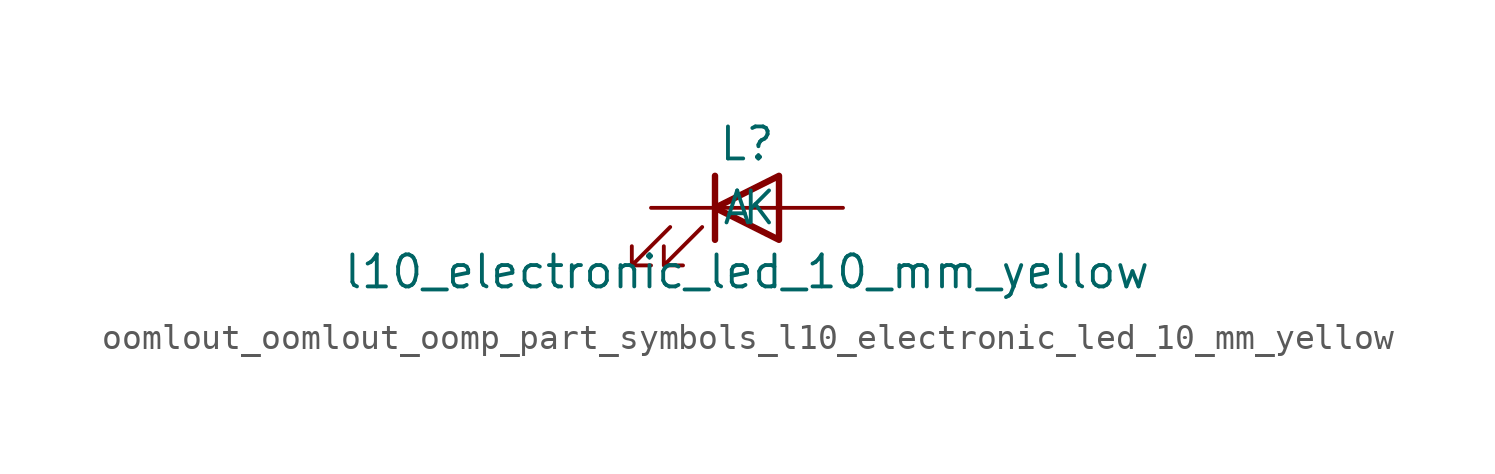
<source format=kicad_sym>
(kicad_symbol_lib
  (version 20220914)
  (generator kicad_symbol_editor)
  (symbol "oomlout_oomlout_oomp_part_symbols_l10_electronic_led_10_mm_yellow"
    (pin_numbers hide)
    (pin_names
      (offset 1.016))
    (property "Reference" "L"
      (at 0 2.54 0)
      (effects (font (size 1.27 1.27))))
    (property "Value" "l10_electronic_led_10_mm_yellow"
      (at 0 -2.54 0)
      (effects (font (size 1.27 1.27))))
    (symbol "oomlout_oomlout_oomp_part_symbols_l10_electronic_led_10_mm_yellow_0_1"
      (polyline (pts (xy -1.27 -1.27) (xy -1.27 1.27)) (stroke (width 0.254) (type default)) (fill (type none)))
      (polyline (pts (xy -1.27 0) (xy 1.27 0)) (stroke (width 0) (type default)) (fill (type none)))
      (polyline (pts (xy 1.27 -1.27) (xy 1.27 1.27) (xy -1.27 0) (xy 1.27 -1.27)) (stroke (width 0.254) (type default)) (fill (type none)))
      (polyline (pts (xy -3.048 -0.762) (xy -4.572 -2.286) (xy -3.81 -2.286) (xy -4.572 -2.286) (xy -4.572 -1.524)) (stroke (width 0) (type default)) (fill (type none)))
      (polyline (pts (xy -1.778 -0.762) (xy -3.302 -2.286) (xy -2.54 -2.286) (xy -3.302 -2.286) (xy -3.302 -1.524)) (stroke (width 0) (type default)) (fill (type none))))
    (symbol "oomlout_oomlout_oomp_part_symbols_l10_electronic_led_10_mm_yellow_1_1"
      (pin passive line (at -3.81 0 0) (length 2.54) (name "K" (effects (font (size 1.27 1.27)))) (number "1" (effects (font (size 1.27 1.27)))))
      (pin passive line (at 3.81 0 180) (length 2.54) (name "A" (effects (font (size 1.27 1.27)))) (number "2" (effects (font (size 1.27 1.27))))))))
</source>
